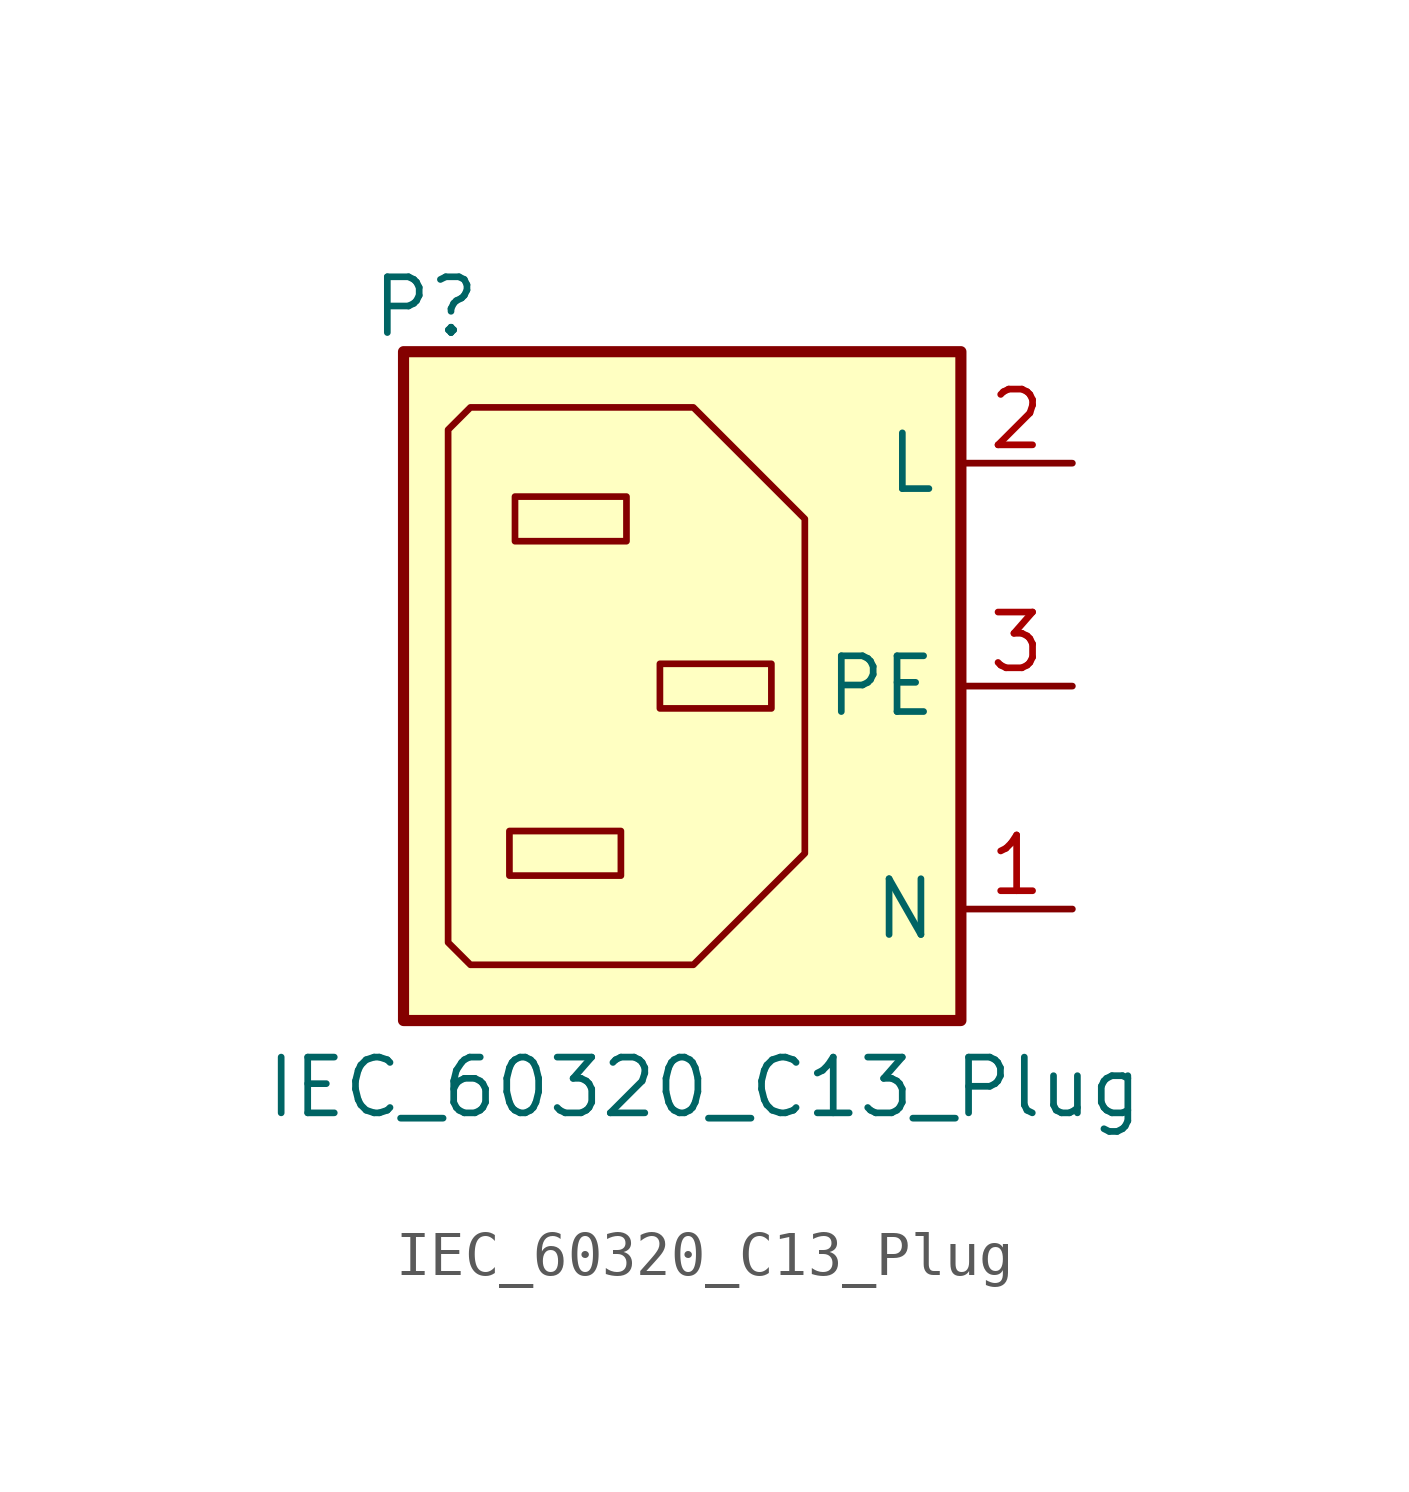
<source format=kicad_sym>
(kicad_symbol_lib
  (version 20241209)
  (generator "kicad_symbol_editor")
  (generator_version "9.0")
  (symbol "IEC_60320_C13_Plug"
    (property "Reference" "P"
      (at -5.842 8.636 0)
      (effects (font (size 1.27 1.27))))
    (property "Value" "IEC_60320_C13_Plug"
      (at 0.508 -9.144 0)
      (effects (font (size 1.27 1.27))))
    (symbol "IEC_60320_C13_Plug_1_1"
      (rectangle (start -6.35 7.62) (end 6.35 -7.62) (stroke (width 0.254) (type default)) (fill (type background)))
      (polyline (pts (xy -4.826 -6.35) (xy -5.334 -5.842) (xy -5.334 5.842) (xy -4.826 6.35) (xy 0.254 6.35) (xy 2.794 3.81) (xy 2.794 -3.81) (xy 0.254 -6.35) (xy -4.826 -6.35)) (stroke (width 0) (type default)) (fill (type background)))
      (rectangle (start -3.937 -3.302) (end -1.397 -4.318) (stroke (width 0) (type default)) (fill (type none)))
      (rectangle (start -3.81 4.318) (end -1.27 3.302) (stroke (width 0) (type default)) (fill (type none)))
      (rectangle (start -0.508 0.508) (end 2.032 -0.508) (stroke (width 0) (type default)) (fill (type none)))
      (pin power_in line (at 8.89 5.08 180) (length 2.54) (name "L" (effects (font (size 1.27 1.27)))) (number "2" (effects (font (size 1.27 1.27)))))
      (pin bidirectional line (at 8.89 0 180) (length 2.54) (name "PE" (effects (font (size 1.27 1.27)))) (number "3" (effects (font (size 1.27 1.27)))))
      (pin power_in line (at 8.89 -5.08 180) (length 2.54) (name "N" (effects (font (size 1.27 1.27)))) (number "1" (effects (font (size 1.27 1.27))))))))
</source>
